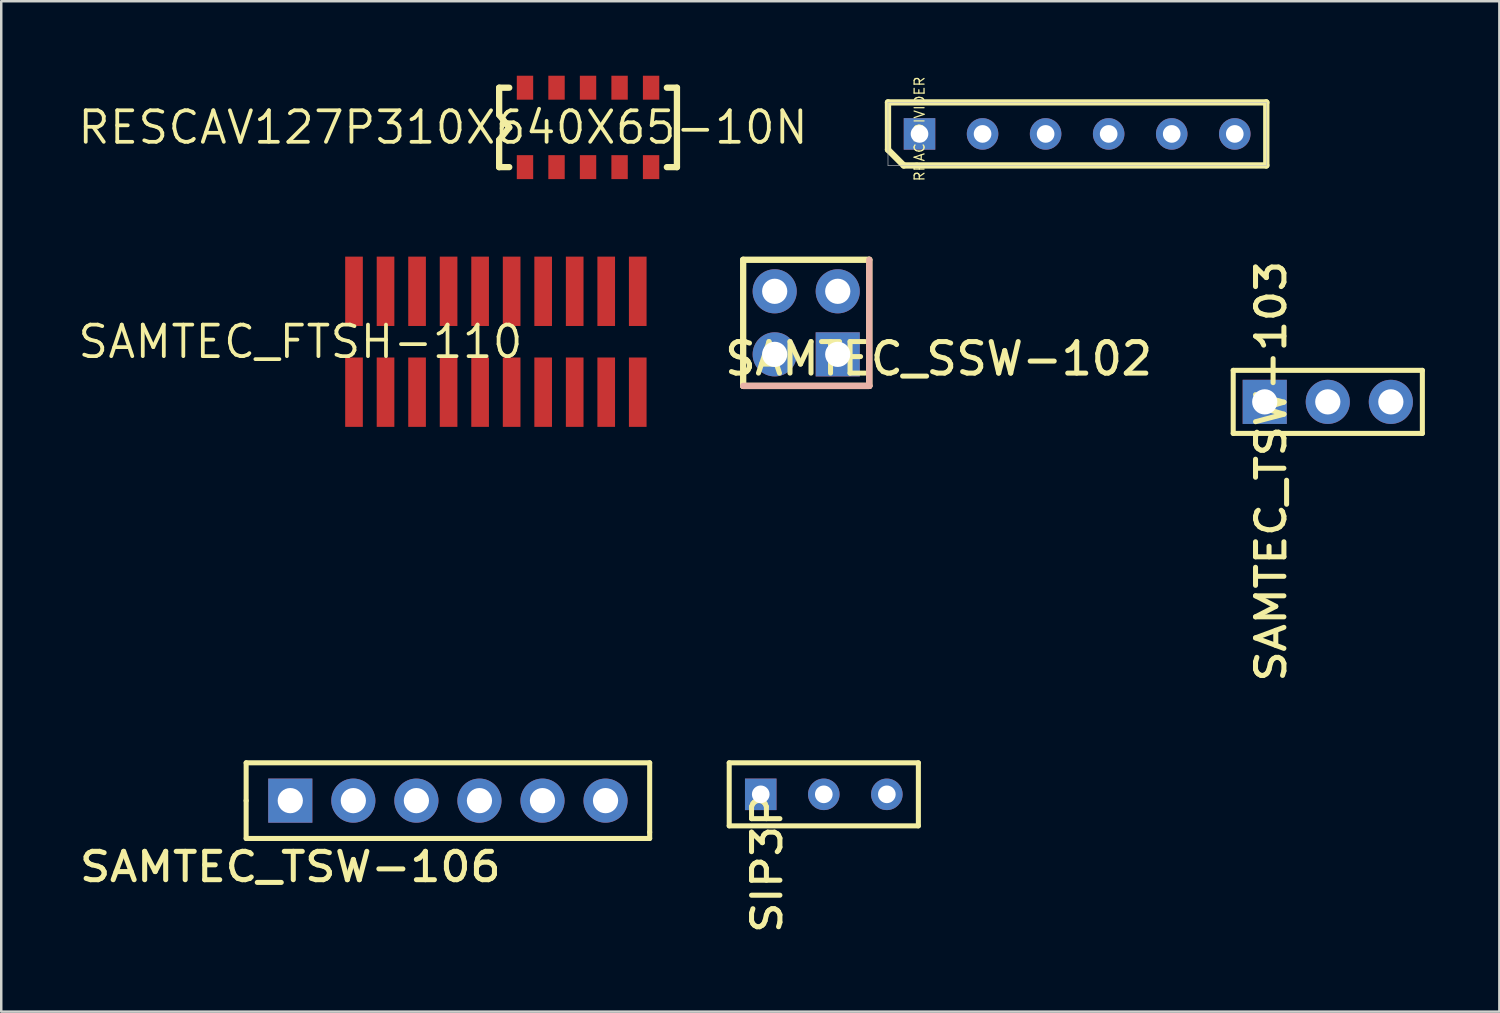
<source format=kicad_pcb>
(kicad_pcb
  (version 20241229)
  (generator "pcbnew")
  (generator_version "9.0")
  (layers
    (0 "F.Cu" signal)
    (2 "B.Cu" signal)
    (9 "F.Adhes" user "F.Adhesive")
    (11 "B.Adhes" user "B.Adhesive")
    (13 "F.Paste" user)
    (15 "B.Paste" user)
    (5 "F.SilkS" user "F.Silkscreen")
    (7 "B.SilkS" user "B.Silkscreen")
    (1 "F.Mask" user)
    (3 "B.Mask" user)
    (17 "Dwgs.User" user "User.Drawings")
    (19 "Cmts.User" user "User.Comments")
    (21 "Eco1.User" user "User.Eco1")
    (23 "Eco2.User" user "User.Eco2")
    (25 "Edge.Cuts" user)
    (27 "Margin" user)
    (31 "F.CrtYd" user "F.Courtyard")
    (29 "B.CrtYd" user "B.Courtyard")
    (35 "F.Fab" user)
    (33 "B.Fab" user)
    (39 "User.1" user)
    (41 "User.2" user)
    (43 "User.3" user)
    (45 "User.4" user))
  (footprint "SAMTEC_TSW-103"
    (layer "F.Cu")
    (at 50.439 13.139)
    (property "Reference" "SAMTEC_TSW-103" (at -2.286 2.794 90) (layer "F.SilkS") (effects (font (size 1.143 1.27) (thickness 0.203))))
    (attr smd)
    (fp_line (start -3.81 -1.27) (end 3.81 -1.27) (stroke (width 0.203) (type solid)) (layer "F.SilkS"))
    (fp_line (start -3.81 1.27) (end -3.81 -1.27) (stroke (width 0.203) (type solid)) (layer "F.SilkS"))
    (fp_line (start 3.81 -1.27) (end 3.81 1.27) (stroke (width 0.203) (type solid)) (layer "F.SilkS"))
    (fp_line (start 3.81 1.27) (end -3.81 1.27) (stroke (width 0.203) (type solid)) (layer "F.SilkS"))
    (fp_line (start -3.81 -1.27) (end -3.81 1.27) (stroke (width 0.203) (type solid)) (layer "Eco1.User"))
    (fp_line (start -3.81 1.27) (end 3.81 1.27) (stroke (width 0.203) (type solid)) (layer "Eco1.User"))
    (fp_line (start 3.81 -1.27) (end -3.81 -1.27) (stroke (width 0.203) (type solid)) (layer "Eco1.User"))
    (fp_line (start 3.81 1.27) (end 3.81 -1.27) (stroke (width 0.203) (type solid)) (layer "Eco1.User"))
    (pad "1" thru_hole rect (at -2.54 0) (size 1.778 1.778) (drill 1.016) (layers "*.Cu" "*.Mask" "Eco1.User"))
    (pad "2" thru_hole circle (at 0 0) (size 1.778 1.778) (drill 1.016) (layers "*.Cu" "*.Mask" "Eco1.User"))
    (pad "3" thru_hole circle (at 2.54 0) (size 1.778 1.778) (drill 1.016) (layers "*.Cu" "*.Mask" "Eco1.User")))
  (footprint "SAMTEC_SSW-102"
    (layer "F.Cu")
    (at 30.698 11.225)
    (property "Reference" "SAMTEC_SSW-102" (at 4.064 0.178 0) (layer "F.SilkS") (effects (font (size 1.27 1.27) (thickness 0.203))))
    (attr through_hole)
    (fp_line (start -3.81 -3.81) (end -3.81 1.27) (stroke (width 0.254) (type solid)) (layer "F.SilkS"))
    (fp_line (start 1.27 -3.81) (end -3.81 -3.81) (stroke (width 0.254) (type solid)) (layer "F.SilkS"))
    (fp_line (start 1.27 -3.81) (end 1.27 1.27) (stroke (width 0.254) (type solid)) (layer "F.SilkS"))
    (fp_line (start 1.27 1.27) (end -3.81 1.27) (stroke (width 0.254) (type solid)) (layer "F.SilkS"))
    (fp_line (start 1.27 -3.81) (end 1.27 1.27) (stroke (width 0.254) (type solid)) (layer "B.SilkS"))
    (fp_line (start 1.27 1.27) (end -3.81 1.27) (stroke (width 0.254) (type solid)) (layer "B.SilkS"))
    (fp_line (start 1.27 1.27) (end 1.27 1.27) (stroke (width 0.254) (type solid)) (layer "B.SilkS"))
    (fp_line (start -3.81 -3.81) (end -3.81 1.27) (stroke (width 0.254) (type solid)) (layer "Eco1.User"))
    (fp_line (start 1.27 -3.81) (end -3.81 -3.81) (stroke (width 0.254) (type solid)) (layer "Eco1.User"))
    (fp_line (start 1.27 -3.81) (end 1.27 1.27) (stroke (width 0.254) (type solid)) (layer "Eco1.User"))
    (fp_line (start 1.27 1.27) (end -3.81 1.27) (stroke (width 0.254) (type solid)) (layer "Eco1.User"))
    (fp_line (start -3.81 -3.81) (end -3.81 1.27) (stroke (width 0.254) (type solid)) (layer "Eco2.User"))
    (fp_line (start 1.27 -3.81) (end -3.81 -3.81) (stroke (width 0.254) (type solid)) (layer "Eco2.User"))
    (fp_line (start 1.27 -3.81) (end 1.27 1.27) (stroke (width 0.254) (type solid)) (layer "Eco2.User"))
    (fp_line (start 1.27 1.27) (end -3.81 1.27) (stroke (width 0.254) (type solid)) (layer "Eco2.User"))
    (fp_line (start 1.27 1.27) (end 1.27 1.27) (stroke (width 0.254) (type solid)) (layer "Eco2.User"))
    (pad "1" thru_hole rect (at 0 0) (size 1.778 1.778) (drill 1.016) (layers "*.Cu" "*.Mask" "Eco1.User" "Eco2.User"))
    (pad "2" thru_hole circle (at 0 -2.54) (size 1.778 1.778) (drill 1.016) (layers "*.Cu" "*.Mask" "Eco1.User" "Eco2.User"))
    (pad "3" thru_hole circle (at -2.54 0) (size 1.778 1.778) (drill 1.016) (layers "*.Cu" "*.Mask" "Eco1.User" "Eco2.User"))
    (pad "4" thru_hole circle (at -2.54 -2.54) (size 1.778 1.778) (drill 1.016) (layers "*.Cu" "*.Mask" "Eco1.User" "Eco2.User")))
  (footprint "RPACKDIVIDER"
    (layer "F.Cu")
    (at 33.992 2.345)
    (property "Reference" "RPACKDIVIDER" (at 0 -0.201 90) (layer "F.SilkS") (effects (font (size 0.399 0.399) (thickness 0.051))))
    (attr smd)
    (fp_line (start -1.27 -1.27) (end -1.27 0.635) (stroke (width 0.254) (type solid)) (layer "F.SilkS"))
    (fp_line (start -1.27 0.635) (end -0.635 1.27) (stroke (width 0.254) (type solid)) (layer "F.SilkS"))
    (fp_line (start -0.635 1.27) (end 13.97 1.27) (stroke (width 0.254) (type solid)) (layer "F.SilkS"))
    (fp_line (start 13.97 -1.27) (end -1.27 -1.27) (stroke (width 0.254) (type solid)) (layer "F.SilkS"))
    (fp_line (start 13.97 1.27) (end 13.97 -1.27) (stroke (width 0.254) (type solid)) (layer "F.SilkS"))
    (fp_line (start -1.27 -1.27) (end -1.27 1.27) (stroke (width 0.025) (type solid)) (layer "Dwgs.User"))
    (fp_line (start -1.27 1.27) (end 13.97 1.27) (stroke (width 0.025) (type solid)) (layer "Dwgs.User"))
    (fp_line (start 13.97 -1.27) (end -1.27 -1.27) (stroke (width 0.025) (type solid)) (layer "Dwgs.User"))
    (fp_line (start 13.97 1.27) (end 13.97 -1.27) (stroke (width 0.025) (type solid)) (layer "Dwgs.User"))
    (fp_line (start -1.27 -1.27) (end -1.27 0.635) (stroke (width 0.254) (type solid)) (layer "Eco1.User"))
    (fp_line (start -1.27 0.635) (end -0.635 1.27) (stroke (width 0.254) (type solid)) (layer "Eco1.User"))
    (fp_line (start -0.635 1.27) (end 13.97 1.27) (stroke (width 0.254) (type solid)) (layer "Eco1.User"))
    (fp_line (start 13.97 -1.27) (end -1.27 -1.27) (stroke (width 0.254) (type solid)) (layer "Eco1.User"))
    (fp_line (start 13.97 1.27) (end 13.97 -1.27) (stroke (width 0.254) (type solid)) (layer "Eco1.User"))
    (pad "1" thru_hole rect (at 0 0) (size 1.27 1.27) (drill 0.711) (layers "*.Cu" "*.Mask" "Eco1.User" "Eco2.User"))
    (pad "2" thru_hole circle (at 2.54 0) (size 1.27 1.27) (drill 0.711) (layers "*.Cu" "*.Mask" "Eco1.User" "Eco2.User"))
    (pad "3" thru_hole circle (at 5.08 0) (size 1.27 1.27) (drill 0.711) (layers "*.Cu" "*.Mask" "Eco1.User" "Eco2.User"))
    (pad "4" thru_hole circle (at 7.62 0) (size 1.27 1.27) (drill 0.711) (layers "*.Cu" "*.Mask" "Eco1.User" "Eco2.User"))
    (pad "5" thru_hole circle (at 10.16 0) (size 1.27 1.27) (drill 0.711) (layers "*.Cu" "*.Mask" "Eco1.User" "Eco2.User"))
    (pad "6" thru_hole circle (at 12.7 0) (size 1.27 1.27) (drill 0.711) (layers "*.Cu" "*.Mask" "Eco1.User" "Eco2.User")))
  (footprint "SAMTEC_FTSH-110"
    (layer "F.Cu")
    (at 16.926 10.717)
    (property "Reference" "SAMTEC_FTSH-110" (at -7.874 0 0) (layer "F.SilkS") (effects (font (size 1.27 1.27) (thickness 0.152))))
    (attr through_hole)
    (pad "1" smd rect (at -5.715 2.032) (size 0.711 2.794) (layers "F.Cu" "F.Mask" "F.Paste" "Eco1.User"))
    (pad "2" smd rect (at -5.715 -2.032) (size 0.711 2.794) (layers "F.Cu" "F.Mask" "F.Paste" "Eco1.User"))
    (pad "3" smd rect (at -4.445 2.032) (size 0.711 2.794) (layers "F.Cu" "F.Mask" "F.Paste" "Eco1.User"))
    (pad "4" smd rect (at -4.445 -2.032) (size 0.711 2.794) (layers "F.Cu" "F.Mask" "F.Paste" "Eco1.User"))
    (pad "5" smd rect (at -3.175 2.032) (size 0.711 2.794) (layers "F.Cu" "F.Mask" "F.Paste" "Eco1.User"))
    (pad "6" smd rect (at -3.175 -2.032) (size 0.711 2.794) (layers "F.Cu" "F.Mask" "F.Paste" "Eco1.User"))
    (pad "7" smd rect (at -1.905 2.032) (size 0.711 2.794) (layers "F.Cu" "F.Mask" "F.Paste" "Eco1.User"))
    (pad "8" smd rect (at -1.905 -2.032) (size 0.711 2.794) (layers "F.Cu" "F.Mask" "F.Paste" "Eco1.User"))
    (pad "9" smd rect (at -0.635 2.032) (size 0.711 2.794) (layers "F.Cu" "F.Mask" "F.Paste" "Eco1.User"))
    (pad "10" smd rect (at -0.635 -2.032) (size 0.711 2.794) (layers "F.Cu" "F.Mask" "F.Paste" "Eco1.User"))
    (pad "11" smd rect (at 0.635 2.032) (size 0.711 2.794) (layers "F.Cu" "F.Mask" "F.Paste" "Eco1.User"))
    (pad "12" smd rect (at 0.635 -2.032) (size 0.711 2.794) (layers "F.Cu" "F.Mask" "F.Paste" "Eco1.User"))
    (pad "13" smd rect (at 1.905 2.032) (size 0.711 2.794) (layers "F.Cu" "F.Mask" "F.Paste" "Eco1.User"))
    (pad "14" smd rect (at 1.905 -2.032) (size 0.711 2.794) (layers "F.Cu" "F.Mask" "F.Paste" "Eco1.User"))
    (pad "15" smd rect (at 3.175 2.032) (size 0.711 2.794) (layers "F.Cu" "F.Mask" "F.Paste" "Eco1.User"))
    (pad "16" smd rect (at 3.175 -2.032) (size 0.711 2.794) (layers "F.Cu" "F.Mask" "F.Paste" "Eco1.User"))
    (pad "17" smd rect (at 4.445 2.032) (size 0.711 2.794) (layers "F.Cu" "F.Mask" "F.Paste" "Eco1.User"))
    (pad "18" smd rect (at 4.445 -2.032) (size 0.711 2.794) (layers "F.Cu" "F.Mask" "F.Paste" "Eco1.User"))
    (pad "19" smd rect (at 5.715 2.032) (size 0.711 2.794) (layers "F.Cu" "F.Mask" "F.Paste" "Eco1.User"))
    (pad "20" smd rect (at 5.715 -2.032) (size 0.711 2.794) (layers "F.Cu" "F.Mask" "F.Paste" "Eco1.User")))
  (footprint "SIP3P"
    (layer "F.Cu")
    (at 30.136 28.949)
    (property "Reference" "SIP3P" (at -2.286 2.794 90) (layer "F.SilkS") (effects (font (size 1.143 1.27) (thickness 0.203))))
    (attr smd)
    (fp_line (start -3.81 -1.27) (end 3.81 -1.27) (stroke (width 0.203) (type solid)) (layer "F.SilkS"))
    (fp_line (start -3.81 1.27) (end -3.81 -1.27) (stroke (width 0.203) (type solid)) (layer "F.SilkS"))
    (fp_line (start 3.81 -1.27) (end 3.81 1.27) (stroke (width 0.203) (type solid)) (layer "F.SilkS"))
    (fp_line (start 3.81 1.27) (end -3.81 1.27) (stroke (width 0.203) (type solid)) (layer "F.SilkS"))
    (fp_line (start -3.81 -1.27) (end -3.81 1.27) (stroke (width 0.203) (type solid)) (layer "Eco1.User"))
    (fp_line (start -3.81 1.27) (end 3.81 1.27) (stroke (width 0.203) (type solid)) (layer "Eco1.User"))
    (fp_line (start 3.81 -1.27) (end -3.81 -1.27) (stroke (width 0.203) (type solid)) (layer "Eco1.User"))
    (fp_line (start 3.81 1.27) (end 3.81 -1.27) (stroke (width 0.203) (type solid)) (layer "Eco1.User"))
    (pad "1" thru_hole rect (at -2.54 0) (size 1.27 1.27) (drill 0.711) (layers "*.Cu" "*.Mask" "Eco1.User"))
    (pad "2" thru_hole circle (at 0 0) (size 1.27 1.27) (drill 0.711) (layers "*.Cu" "*.Mask" "Eco1.User"))
    (pad "3" thru_hole circle (at 2.54 0) (size 1.27 1.27) (drill 0.711) (layers "*.Cu" "*.Mask" "Eco1.User")))
  (footprint "RESCAV127P310X640X65-10N"
    (layer "F.Cu")
    (at 20.639 2.083)
    (property "Reference" "RESCAV127P310X640X65-10N" (at -5.842 0 0) (layer "F.SilkS") (effects (font (size 1.27 1.27) (thickness 0.152))))
    (attr smd)
    (fp_line (start -3.581 -1.6) (end -3.175 -1.6) (stroke (width 0.254) (type solid)) (layer "F.SilkS"))
    (fp_line (start -3.581 -0.508) (end -3.581 -1.6) (stroke (width 0.254) (type solid)) (layer "F.SilkS"))
    (fp_line (start -3.581 0.508) (end -3.175 0) (stroke (width 0.254) (type solid)) (layer "F.SilkS"))
    (fp_line (start -3.581 1.6) (end -3.581 0.508) (stroke (width 0.254) (type solid)) (layer "F.SilkS"))
    (fp_line (start -3.175 0) (end -3.581 -0.508) (stroke (width 0.254) (type solid)) (layer "F.SilkS"))
    (fp_line (start -3.175 1.6) (end -3.581 1.6) (stroke (width 0.254) (type solid)) (layer "F.SilkS"))
    (fp_line (start 3.175 1.6) (end 3.581 1.6) (stroke (width 0.254) (type solid)) (layer "F.SilkS"))
    (fp_line (start 3.581 -1.6) (end 3.175 -1.6) (stroke (width 0.254) (type solid)) (layer "F.SilkS"))
    (fp_line (start 3.581 1.6) (end 3.581 -1.6) (stroke (width 0.254) (type solid)) (layer "F.SilkS"))
    (fp_line (start -3.581 -1.6) (end -3.175 -1.6) (stroke (width 0.254) (type solid)) (layer "Eco1.User"))
    (fp_line (start -3.581 -0.508) (end -3.581 -1.6) (stroke (width 0.254) (type solid)) (layer "Eco1.User"))
    (fp_line (start -3.581 0.508) (end -3.175 0) (stroke (width 0.254) (type solid)) (layer "Eco1.User"))
    (fp_line (start -3.581 1.6) (end -3.581 0.508) (stroke (width 0.254) (type solid)) (layer "Eco1.User"))
    (fp_line (start -3.175 0) (end -3.581 -0.508) (stroke (width 0.254) (type solid)) (layer "Eco1.User"))
    (fp_line (start -3.175 1.6) (end -3.581 1.6) (stroke (width 0.254) (type solid)) (layer "Eco1.User"))
    (fp_line (start 3.175 1.6) (end 3.581 1.6) (stroke (width 0.254) (type solid)) (layer "Eco1.User"))
    (fp_line (start 3.581 -1.6) (end 3.175 -1.6) (stroke (width 0.254) (type solid)) (layer "Eco1.User"))
    (fp_line (start 3.581 1.6) (end 3.581 -1.6) (stroke (width 0.254) (type solid)) (layer "Eco1.User"))
    (pad "1" smd rect (at -2.54 1.6) (size 0.66 0.965) (layers "F.Cu" "F.Mask" "F.Paste" "Eco1.User"))
    (pad "2" smd rect (at -1.27 1.6) (size 0.66 0.965) (layers "F.Cu" "F.Mask" "F.Paste" "Eco1.User"))
    (pad "3" smd rect (at 0 1.6) (size 0.66 0.965) (layers "F.Cu" "F.Mask" "F.Paste" "Eco1.User"))
    (pad "4" smd rect (at 1.27 1.6) (size 0.66 0.965) (layers "F.Cu" "F.Mask" "F.Paste" "Eco1.User"))
    (pad "5" smd rect (at 2.54 1.6) (size 0.66 0.965) (layers "F.Cu" "F.Mask" "F.Paste" "Eco1.User"))
    (pad "6" smd rect (at 2.54 -1.6) (size 0.66 0.965) (layers "F.Cu" "F.Mask" "F.Paste" "Eco1.User"))
    (pad "7" smd rect (at 1.27 -1.6) (size 0.66 0.965) (layers "F.Cu" "F.Mask" "F.Paste" "Eco1.User"))
    (pad "8" smd rect (at 0 -1.6) (size 0.66 0.965) (layers "F.Cu" "F.Mask" "F.Paste" "Eco1.User"))
    (pad "9" smd rect (at -1.27 -1.6) (size 0.66 0.965) (layers "F.Cu" "F.Mask" "F.Paste" "Eco1.User"))
    (pad "10" smd rect (at -2.54 -1.6) (size 0.66 0.965) (layers "F.Cu" "F.Mask" "F.Paste" "Eco1.User")))
  (footprint "SAMTEC_TSW-106"
    (layer "F.Cu")
    (at 8.644 29.203)
    (property "Reference" "SAMTEC_TSW-106" (at 0 2.667 0) (layer "F.SilkS") (effects (font (size 1.143 1.27) (thickness 0.203))))
    (attr smd)
    (fp_line (start -1.778 -1.524) (end 14.478 -1.524) (stroke (width 0.203) (type solid)) (layer "F.SilkS"))
    (fp_line (start -1.778 0) (end -1.778 -1.524) (stroke (width 0.203) (type solid)) (layer "F.SilkS"))
    (fp_line (start -1.778 1.524) (end -1.778 0) (stroke (width 0.203) (type solid)) (layer "F.SilkS"))
    (fp_line (start 14.478 -1.524) (end 14.478 1.27) (stroke (width 0.203) (type solid)) (layer "F.SilkS"))
    (fp_line (start 14.478 1.27) (end 14.478 1.524) (stroke (width 0.203) (type solid)) (layer "F.SilkS"))
    (fp_line (start 14.478 1.524) (end -1.778 1.524) (stroke (width 0.203) (type solid)) (layer "F.SilkS"))
    (fp_line (start -1.778 -1.524) (end -1.778 1.524) (stroke (width 0.203) (type solid)) (layer "Eco1.User"))
    (fp_line (start -1.778 1.524) (end 14.478 1.524) (stroke (width 0.203) (type solid)) (layer "Eco1.User"))
    (fp_line (start 14.478 -1.524) (end -1.778 -1.524) (stroke (width 0.203) (type solid)) (layer "Eco1.User"))
    (fp_line (start 14.478 1.524) (end 14.478 -1.524) (stroke (width 0.203) (type solid)) (layer "Eco1.User"))
    (pad "1" thru_hole rect (at 0 0) (size 1.778 1.778) (drill 1.016) (layers "*.Cu" "*.Mask" "Eco1.User" "Eco2.User"))
    (pad "2" thru_hole circle (at 2.54 0) (size 1.778 1.778) (drill 1.016) (layers "*.Cu" "*.Mask" "Eco1.User" "Eco2.User"))
    (pad "3" thru_hole circle (at 5.08 0) (size 1.778 1.778) (drill 1.016) (layers "*.Cu" "*.Mask" "Eco1.User" "Eco2.User"))
    (pad "4" thru_hole circle (at 7.62 0) (size 1.778 1.778) (drill 1.016) (layers "*.Cu" "*.Mask" "Eco1.User" "Eco2.User"))
    (pad "5" thru_hole circle (at 10.16 0) (size 1.778 1.778) (drill 1.016) (layers "*.Cu" "*.Mask" "Eco1.User" "Eco2.User"))
    (pad "6" thru_hole circle (at 12.7 0) (size 1.778 1.778) (drill 1.016) (layers "*.Cu" "*.Mask" "Eco1.User" "Eco2.User")))
  (gr_rect
    (start -3 -3)
    (end 57.351 37.703)
    (stroke (width 0.1) (type default))
    (fill no)
    (layer "Edge.Cuts")))
</source>
